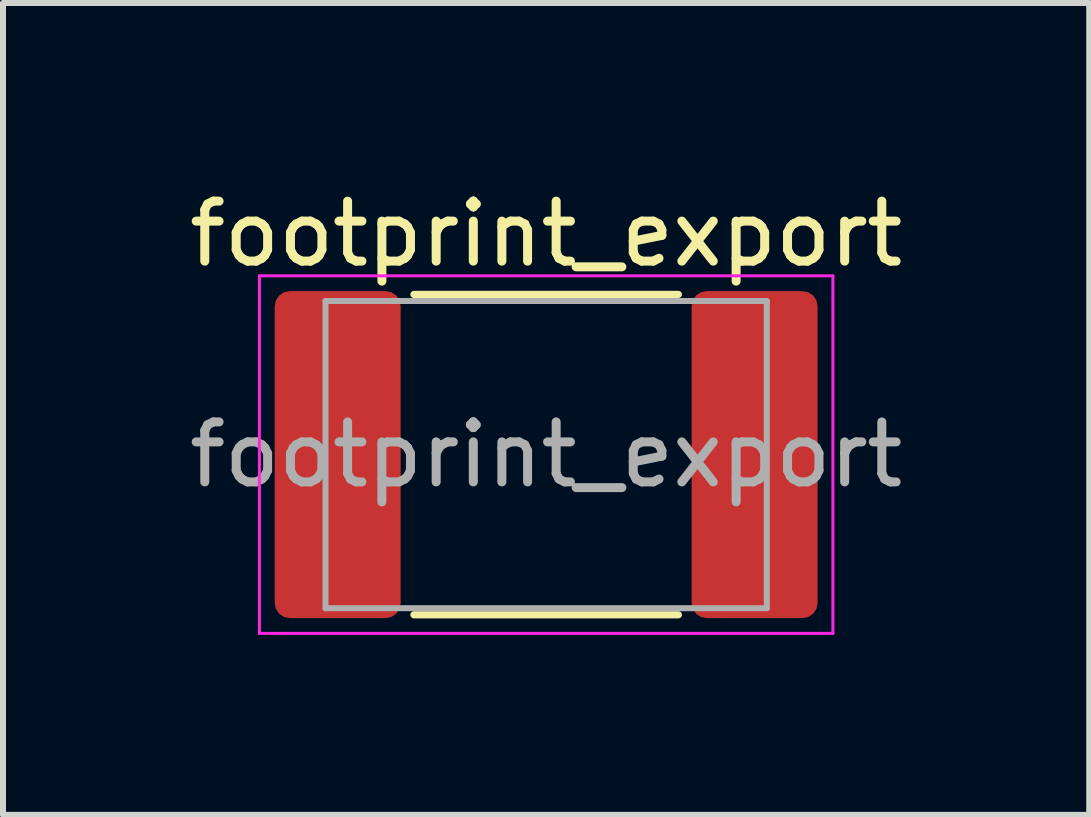
<source format=kicad_pcb>
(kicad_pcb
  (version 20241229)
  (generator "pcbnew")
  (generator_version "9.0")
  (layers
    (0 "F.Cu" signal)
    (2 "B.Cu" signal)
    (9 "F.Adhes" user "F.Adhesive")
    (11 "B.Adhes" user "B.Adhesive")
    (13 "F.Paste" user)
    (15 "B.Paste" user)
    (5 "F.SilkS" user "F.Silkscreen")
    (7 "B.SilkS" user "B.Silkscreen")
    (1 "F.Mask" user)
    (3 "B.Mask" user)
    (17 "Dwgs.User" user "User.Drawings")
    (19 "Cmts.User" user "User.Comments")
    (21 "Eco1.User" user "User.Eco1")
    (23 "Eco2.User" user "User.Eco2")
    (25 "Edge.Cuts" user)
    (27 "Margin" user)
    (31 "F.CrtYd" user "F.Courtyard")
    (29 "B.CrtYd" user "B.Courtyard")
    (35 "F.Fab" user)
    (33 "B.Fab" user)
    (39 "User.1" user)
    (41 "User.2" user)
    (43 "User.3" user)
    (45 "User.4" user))
  (footprint "footprint_export"
    (layer "F.Cu")
    (at 6.054 4.528)
    (property "Reference" "footprint_export" (at 0 -3.68 0) (layer "F.SilkS") (effects (font (size 1 1) (thickness 0.15))))
    (attr smd)
    (fp_line (start -2.204 -2.67) (end 2.204 -2.67) (stroke (width 0.12) (type solid)) (layer "F.SilkS"))
    (fp_line (start -2.204 2.67) (end 2.204 2.67) (stroke (width 0.12) (type solid)) (layer "F.SilkS"))
    (fp_line (start -4.78 -2.98) (end 4.78 -2.98) (stroke (width 0.05) (type solid)) (layer "F.CrtYd"))
    (fp_line (start -4.78 2.98) (end -4.78 -2.98) (stroke (width 0.05) (type solid)) (layer "F.CrtYd"))
    (fp_line (start 4.78 -2.98) (end 4.78 2.98) (stroke (width 0.05) (type solid)) (layer "F.CrtYd"))
    (fp_line (start 4.78 2.98) (end -4.78 2.98) (stroke (width 0.05) (type solid)) (layer "F.CrtYd"))
    (fp_line (start -3.678 -2.56) (end 3.678 -2.56) (stroke (width 0.1) (type solid)) (layer "F.Fab"))
    (fp_line (start -3.678 2.56) (end -3.678 -2.56) (stroke (width 0.1) (type solid)) (layer "F.Fab"))
    (fp_line (start 3.678 -2.56) (end 3.678 2.56) (stroke (width 0.1) (type solid)) (layer "F.Fab"))
    (fp_line (start 3.678 2.56) (end -3.678 2.56) (stroke (width 0.1) (type solid)) (layer "F.Fab"))
    (fp_text user "${REFERENCE}" (at 0 0 0) (layer "F.Fab") (effects (font (size 1 1) (thickness 0.15))))
    (pad "1" smd roundrect (at -3.475 0) (size 2.1 5.45) (layers "F.Cu" "F.Mask" "F.Paste") (roundrect_rratio 0.119))
    (pad "2" smd roundrect (at 3.475 0) (size 2.1 5.45) (layers "F.Cu" "F.Mask" "F.Paste") (roundrect_rratio 0.119)))
  (gr_rect
    (start -3 -3)
    (end 15.107 10.533)
    (stroke (width 0.1) (type default))
    (fill no)
    (layer "Edge.Cuts")))
</source>
